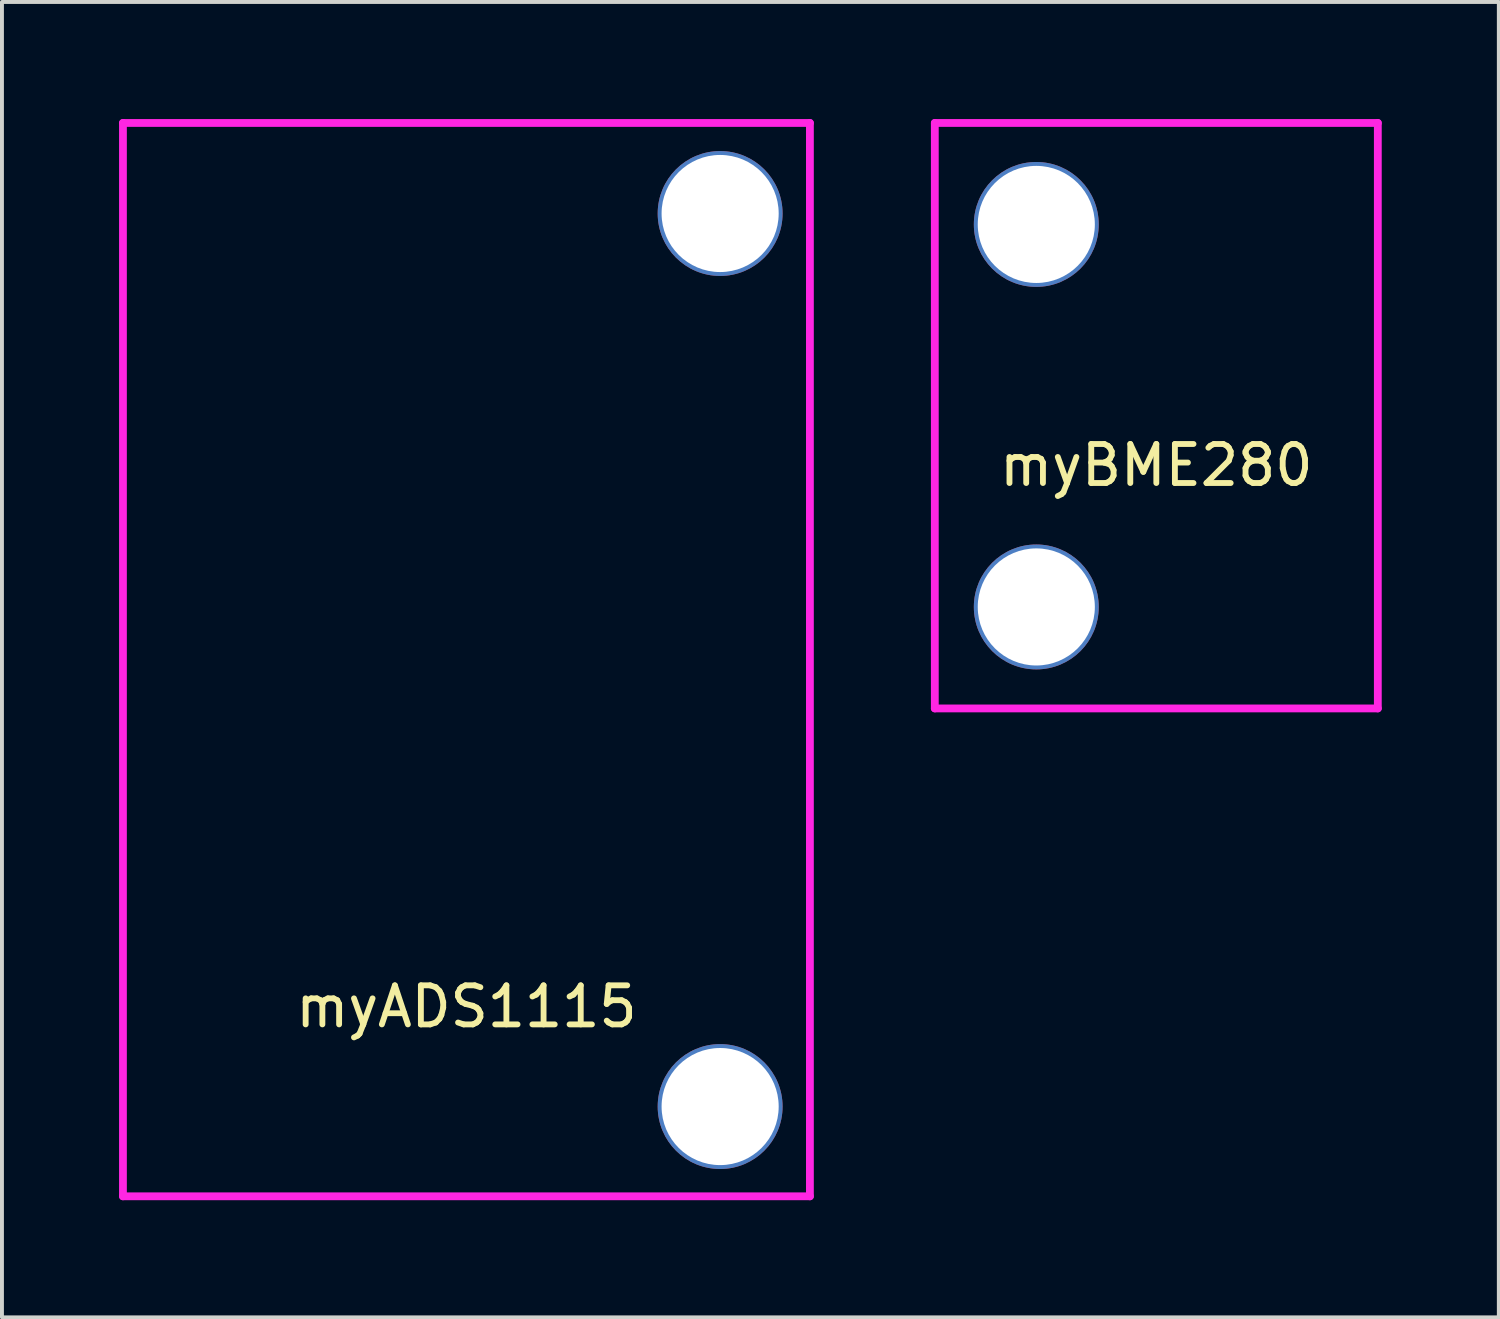
<source format=kicad_pcb>
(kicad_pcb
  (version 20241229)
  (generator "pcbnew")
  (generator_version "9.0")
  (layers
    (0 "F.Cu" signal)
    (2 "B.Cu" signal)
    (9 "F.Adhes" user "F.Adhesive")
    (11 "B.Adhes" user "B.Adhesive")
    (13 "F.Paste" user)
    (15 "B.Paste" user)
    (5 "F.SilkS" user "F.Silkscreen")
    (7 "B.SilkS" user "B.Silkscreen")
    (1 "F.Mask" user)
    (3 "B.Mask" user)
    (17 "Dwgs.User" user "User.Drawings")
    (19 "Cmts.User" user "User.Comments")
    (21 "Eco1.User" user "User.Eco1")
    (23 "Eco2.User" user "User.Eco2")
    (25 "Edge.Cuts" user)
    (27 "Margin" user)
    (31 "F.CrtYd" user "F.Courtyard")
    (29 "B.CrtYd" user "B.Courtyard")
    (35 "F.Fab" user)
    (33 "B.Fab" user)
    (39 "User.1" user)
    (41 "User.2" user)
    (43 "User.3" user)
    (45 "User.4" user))
  (footprint "myBME280"
    (layer "F.Cu")
    (at 26.575 7.6)
    (property "Reference" "myBME280" (at 0 1.27 0) (layer "F.SilkS") (effects (font (size 1 1) (thickness 0.15))))
    (attr through_hole)
    (fp_line (start -5.69 -7.518) (end -5.69 7.518) (stroke (width 0.12) (type solid)) (layer "F.SilkS"))
    (fp_line (start -5.69 7.518) (end 5.69 7.518) (stroke (width 0.12) (type solid)) (layer "F.SilkS"))
    (fp_line (start 5.69 -7.518) (end -5.69 -7.518) (stroke (width 0.12) (type solid)) (layer "F.SilkS"))
    (fp_line (start 5.69 7.518) (end 5.69 -7.518) (stroke (width 0.12) (type solid)) (layer "F.SilkS"))
    (fp_line (start -5.675 -7.5) (end 5.675 -7.5) (stroke (width 0.2) (type solid)) (layer "F.CrtYd"))
    (fp_line (start -5.675 7.5) (end -5.675 -7.5) (stroke (width 0.2) (type solid)) (layer "F.CrtYd"))
    (fp_line (start 5.675 -7.5) (end 5.675 7.5) (stroke (width 0.2) (type solid)) (layer "F.CrtYd"))
    (fp_line (start 5.675 7.5) (end -5.675 7.5) (stroke (width 0.2) (type solid)) (layer "F.CrtYd"))
    (pad "1" thru_hole circle (at -3.075 -4.9) (size 3.2 3.2) (drill 3) (layers "*.Cu" "*.Mask"))
    (pad "2" thru_hole circle (at -3.075 4.9) (size 3.2 3.2) (drill 3) (layers "*.Cu" "*.Mask")))
  (footprint "myADS1115"
    (layer "F.Cu")
    (at 8.9 13.85)
    (property "Reference" "myADS1115" (at 0 8.89 0) (layer "F.SilkS") (effects (font (size 1 1) (thickness 0.15))))
    (attr through_hole)
    (fp_line (start -8.788 -13.767) (end -8.788 13.767) (stroke (width 0.12) (type solid)) (layer "F.SilkS"))
    (fp_line (start -8.788 13.767) (end 8.788 13.767) (stroke (width 0.12) (type solid)) (layer "F.SilkS"))
    (fp_line (start 8.788 -13.767) (end -8.788 -13.767) (stroke (width 0.12) (type solid)) (layer "F.SilkS"))
    (fp_line (start 8.788 13.767) (end 8.788 -13.767) (stroke (width 0.12) (type solid)) (layer "F.SilkS"))
    (fp_line (start -8.8 -13.75) (end 8.8 -13.75) (stroke (width 0.2) (type solid)) (layer "F.CrtYd"))
    (fp_line (start -8.8 13.75) (end -8.8 -13.75) (stroke (width 0.2) (type solid)) (layer "F.CrtYd"))
    (fp_line (start 8.8 -13.75) (end 8.8 13.75) (stroke (width 0.2) (type solid)) (layer "F.CrtYd"))
    (fp_line (start 8.8 13.75) (end -8.8 13.75) (stroke (width 0.2) (type solid)) (layer "F.CrtYd"))
    (pad "1" thru_hole circle (at 6.5 -11.43) (size 3.2 3.2) (drill 3) (layers "*.Cu" "*.Mask"))
    (pad "2" thru_hole circle (at 6.5 11.45) (size 3.2 3.2) (drill 3) (layers "*.Cu" "*.Mask")))
  (gr_rect
    (start -3 -3)
    (end 35.35 30.7)
    (stroke (width 0.1) (type default))
    (fill no)
    (layer "Edge.Cuts")))
</source>
